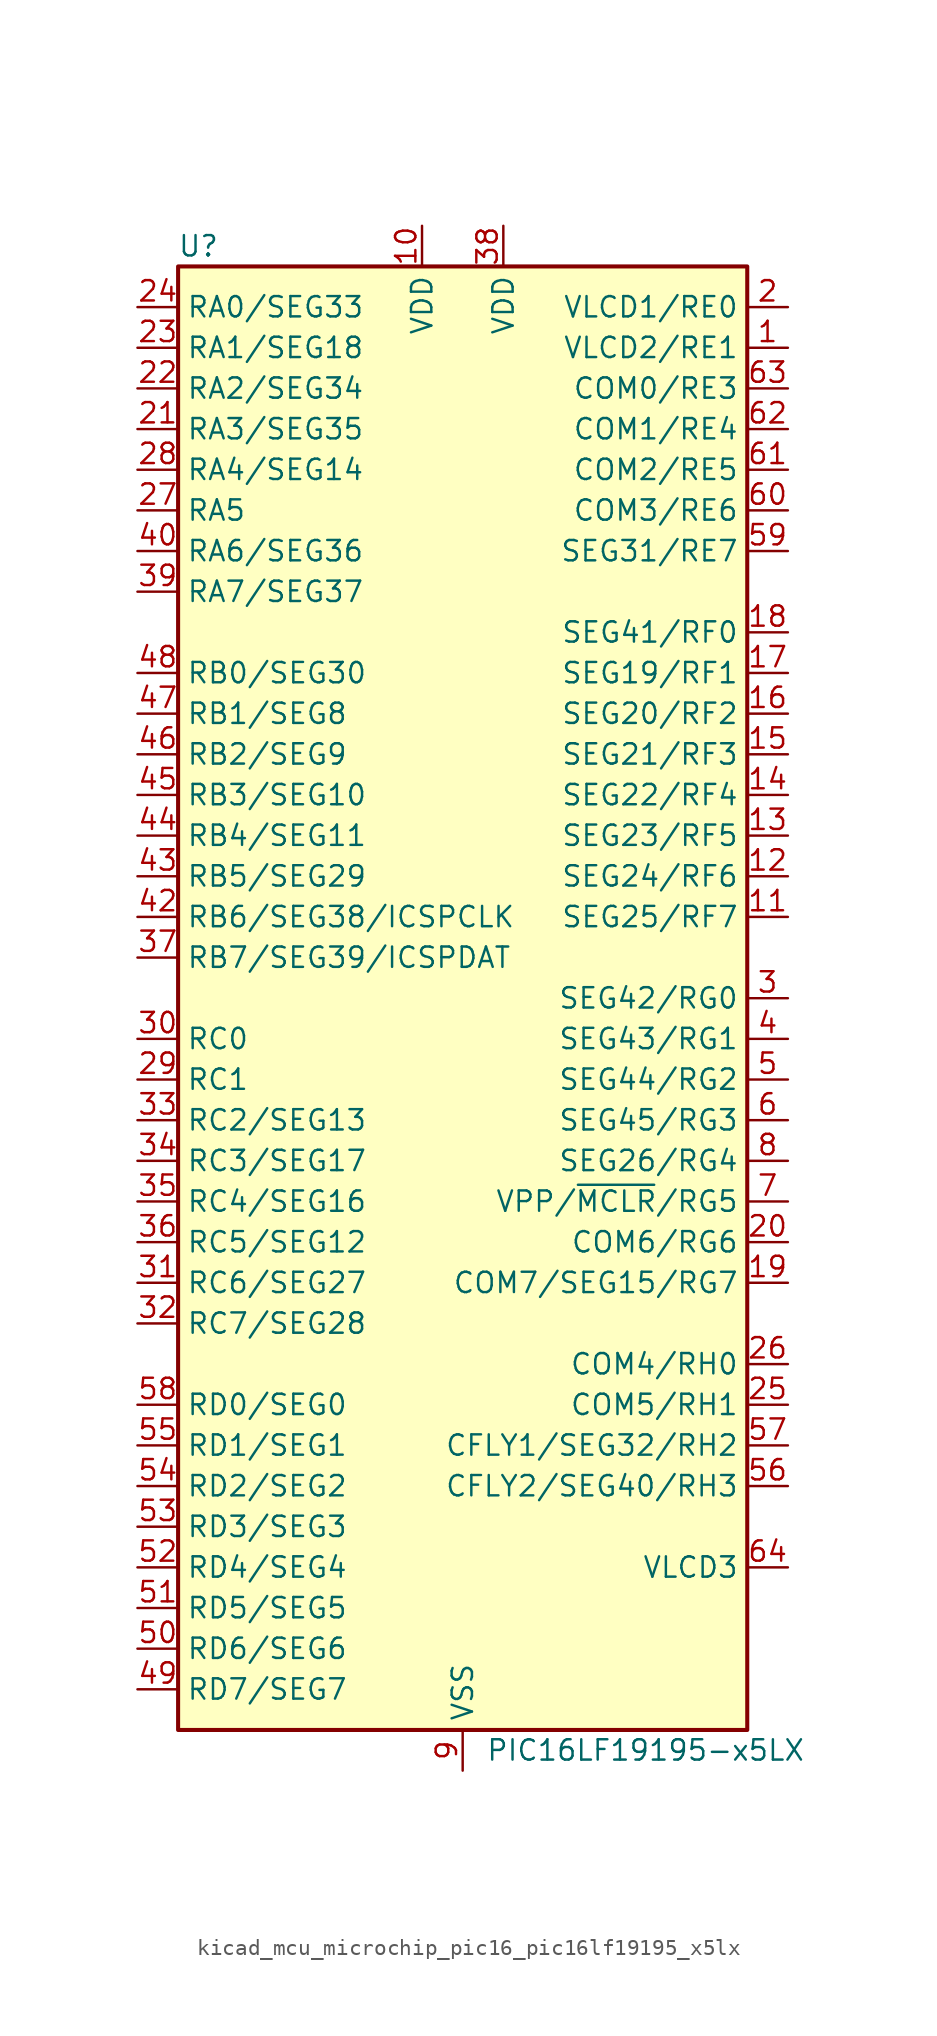
<source format=kicad_sym>
(kicad_symbol_lib
  (version 20220914)
  (generator kicad_symbol_editor)
  (symbol "kicad_mcu_microchip_pic16_pic16lf19195_x5lx"
    (property "Reference" "U"
      (at -16.51 46.99 0)
      (effects (font (size 1.27 1.27))))
    (property "Value" "PIC16LF19195-x5LX"
      (at 11.43 -46.99 0)
      (effects (font (size 1.27 1.27))))
    (symbol "kicad_mcu_microchip_pic16_pic16lf19195_x5lx_0_1"
      (rectangle (start -17.78 45.72) (end 17.78 -45.72) (stroke (width 0.254) (type default)) (fill (type background))))
    (symbol "kicad_mcu_microchip_pic16_pic16lf19195_x5lx_1_1"
      (pin bidirectional line (at 20.32 40.64 180) (length 2.54) (name "VLCD2/RE1" (effects (font (size 1.27 1.27)))) (number "1" (effects (font (size 1.27 1.27)))))
      (pin power_in line (at -2.54 48.26 270) (length 2.54) (name "VDD" (effects (font (size 1.27 1.27)))) (number "10" (effects (font (size 1.27 1.27)))))
      (pin bidirectional line (at 20.32 5.08 180) (length 2.54) (name "SEG25/RF7" (effects (font (size 1.27 1.27)))) (number "11" (effects (font (size 1.27 1.27)))))
      (pin bidirectional line (at 20.32 7.62 180) (length 2.54) (name "SEG24/RF6" (effects (font (size 1.27 1.27)))) (number "12" (effects (font (size 1.27 1.27)))))
      (pin bidirectional line (at 20.32 10.16 180) (length 2.54) (name "SEG23/RF5" (effects (font (size 1.27 1.27)))) (number "13" (effects (font (size 1.27 1.27)))))
      (pin bidirectional line (at 20.32 12.7 180) (length 2.54) (name "SEG22/RF4" (effects (font (size 1.27 1.27)))) (number "14" (effects (font (size 1.27 1.27)))))
      (pin bidirectional line (at 20.32 15.24 180) (length 2.54) (name "SEG21/RF3" (effects (font (size 1.27 1.27)))) (number "15" (effects (font (size 1.27 1.27)))))
      (pin bidirectional line (at 20.32 17.78 180) (length 2.54) (name "SEG20/RF2" (effects (font (size 1.27 1.27)))) (number "16" (effects (font (size 1.27 1.27)))))
      (pin bidirectional line (at 20.32 20.32 180) (length 2.54) (name "SEG19/RF1" (effects (font (size 1.27 1.27)))) (number "17" (effects (font (size 1.27 1.27)))))
      (pin bidirectional line (at 20.32 22.86 180) (length 2.54) (name "SEG41/RF0" (effects (font (size 1.27 1.27)))) (number "18" (effects (font (size 1.27 1.27)))))
      (pin bidirectional line (at 20.32 -17.78 180) (length 2.54) (name "COM7/SEG15/RG7" (effects (font (size 1.27 1.27)))) (number "19" (effects (font (size 1.27 1.27)))))
      (pin bidirectional line (at 20.32 43.18 180) (length 2.54) (name "VLCD1/RE0" (effects (font (size 1.27 1.27)))) (number "2" (effects (font (size 1.27 1.27)))))
      (pin bidirectional line (at 20.32 -15.24 180) (length 2.54) (name "COM6/RG6" (effects (font (size 1.27 1.27)))) (number "20" (effects (font (size 1.27 1.27)))))
      (pin bidirectional line (at -20.32 35.56 0) (length 2.54) (name "RA3/SEG35" (effects (font (size 1.27 1.27)))) (number "21" (effects (font (size 1.27 1.27)))))
      (pin bidirectional line (at -20.32 38.1 0) (length 2.54) (name "RA2/SEG34" (effects (font (size 1.27 1.27)))) (number "22" (effects (font (size 1.27 1.27)))))
      (pin bidirectional line (at -20.32 40.64 0) (length 2.54) (name "RA1/SEG18" (effects (font (size 1.27 1.27)))) (number "23" (effects (font (size 1.27 1.27)))))
      (pin bidirectional line (at -20.32 43.18 0) (length 2.54) (name "RA0/SEG33" (effects (font (size 1.27 1.27)))) (number "24" (effects (font (size 1.27 1.27)))))
      (pin bidirectional line (at 20.32 -25.4 180) (length 2.54) (name "COM5/RH1" (effects (font (size 1.27 1.27)))) (number "25" (effects (font (size 1.27 1.27)))))
      (pin bidirectional line (at 20.32 -22.86 180) (length 2.54) (name "COM4/RH0" (effects (font (size 1.27 1.27)))) (number "26" (effects (font (size 1.27 1.27)))))
      (pin bidirectional line (at -20.32 30.48 0) (length 2.54) (name "RA5" (effects (font (size 1.27 1.27)))) (number "27" (effects (font (size 1.27 1.27)))))
      (pin bidirectional line (at -20.32 33.02 0) (length 2.54) (name "RA4/SEG14" (effects (font (size 1.27 1.27)))) (number "28" (effects (font (size 1.27 1.27)))))
      (pin bidirectional line (at -20.32 -5.08 0) (length 2.54) (name "RC1" (effects (font (size 1.27 1.27)))) (number "29" (effects (font (size 1.27 1.27)))))
      (pin bidirectional line (at 20.32 0 180) (length 2.54) (name "SEG42/RG0" (effects (font (size 1.27 1.27)))) (number "3" (effects (font (size 1.27 1.27)))))
      (pin bidirectional line (at -20.32 -2.54 0) (length 2.54) (name "RC0" (effects (font (size 1.27 1.27)))) (number "30" (effects (font (size 1.27 1.27)))))
      (pin bidirectional line (at -20.32 -17.78 0) (length 2.54) (name "RC6/SEG27" (effects (font (size 1.27 1.27)))) (number "31" (effects (font (size 1.27 1.27)))))
      (pin bidirectional line (at -20.32 -20.32 0) (length 2.54) (name "RC7/SEG28" (effects (font (size 1.27 1.27)))) (number "32" (effects (font (size 1.27 1.27)))))
      (pin bidirectional line (at -20.32 -7.62 0) (length 2.54) (name "RC2/SEG13" (effects (font (size 1.27 1.27)))) (number "33" (effects (font (size 1.27 1.27)))))
      (pin bidirectional line (at -20.32 -10.16 0) (length 2.54) (name "RC3/SEG17" (effects (font (size 1.27 1.27)))) (number "34" (effects (font (size 1.27 1.27)))))
      (pin bidirectional line (at -20.32 -12.7 0) (length 2.54) (name "RC4/SEG16" (effects (font (size 1.27 1.27)))) (number "35" (effects (font (size 1.27 1.27)))))
      (pin bidirectional line (at -20.32 -15.24 0) (length 2.54) (name "RC5/SEG12" (effects (font (size 1.27 1.27)))) (number "36" (effects (font (size 1.27 1.27)))))
      (pin bidirectional line (at -20.32 2.54 0) (length 2.54) (name "RB7/SEG39/ICSPDAT" (effects (font (size 1.27 1.27)))) (number "37" (effects (font (size 1.27 1.27)))))
      (pin power_in line (at 2.54 48.26 270) (length 2.54) (name "VDD" (effects (font (size 1.27 1.27)))) (number "38" (effects (font (size 1.27 1.27)))))
      (pin bidirectional line (at -20.32 25.4 0) (length 2.54) (name "RA7/SEG37" (effects (font (size 1.27 1.27)))) (number "39" (effects (font (size 1.27 1.27)))))
      (pin bidirectional line (at 20.32 -2.54 180) (length 2.54) (name "SEG43/RG1" (effects (font (size 1.27 1.27)))) (number "4" (effects (font (size 1.27 1.27)))))
      (pin bidirectional line (at -20.32 27.94 0) (length 2.54) (name "RA6/SEG36" (effects (font (size 1.27 1.27)))) (number "40" (effects (font (size 1.27 1.27)))))
      (pin passive line (at 0 -48.26 90) (length 2.54) hide (name "VSS" (effects (font (size 1.27 1.27)))) (number "41" (effects (font (size 1.27 1.27)))))
      (pin bidirectional line (at -20.32 5.08 0) (length 2.54) (name "RB6/SEG38/ICSPCLK" (effects (font (size 1.27 1.27)))) (number "42" (effects (font (size 1.27 1.27)))))
      (pin bidirectional line (at -20.32 7.62 0) (length 2.54) (name "RB5/SEG29" (effects (font (size 1.27 1.27)))) (number "43" (effects (font (size 1.27 1.27)))))
      (pin bidirectional line (at -20.32 10.16 0) (length 2.54) (name "RB4/SEG11" (effects (font (size 1.27 1.27)))) (number "44" (effects (font (size 1.27 1.27)))))
      (pin bidirectional line (at -20.32 12.7 0) (length 2.54) (name "RB3/SEG10" (effects (font (size 1.27 1.27)))) (number "45" (effects (font (size 1.27 1.27)))))
      (pin bidirectional line (at -20.32 15.24 0) (length 2.54) (name "RB2/SEG9" (effects (font (size 1.27 1.27)))) (number "46" (effects (font (size 1.27 1.27)))))
      (pin bidirectional line (at -20.32 17.78 0) (length 2.54) (name "RB1/SEG8" (effects (font (size 1.27 1.27)))) (number "47" (effects (font (size 1.27 1.27)))))
      (pin bidirectional line (at -20.32 20.32 0) (length 2.54) (name "RB0/SEG30" (effects (font (size 1.27 1.27)))) (number "48" (effects (font (size 1.27 1.27)))))
      (pin bidirectional line (at -20.32 -43.18 0) (length 2.54) (name "RD7/SEG7" (effects (font (size 1.27 1.27)))) (number "49" (effects (font (size 1.27 1.27)))))
      (pin bidirectional line (at 20.32 -5.08 180) (length 2.54) (name "SEG44/RG2" (effects (font (size 1.27 1.27)))) (number "5" (effects (font (size 1.27 1.27)))))
      (pin bidirectional line (at -20.32 -40.64 0) (length 2.54) (name "RD6/SEG6" (effects (font (size 1.27 1.27)))) (number "50" (effects (font (size 1.27 1.27)))))
      (pin bidirectional line (at -20.32 -38.1 0) (length 2.54) (name "RD5/SEG5" (effects (font (size 1.27 1.27)))) (number "51" (effects (font (size 1.27 1.27)))))
      (pin bidirectional line (at -20.32 -35.56 0) (length 2.54) (name "RD4/SEG4" (effects (font (size 1.27 1.27)))) (number "52" (effects (font (size 1.27 1.27)))))
      (pin bidirectional line (at -20.32 -33.02 0) (length 2.54) (name "RD3/SEG3" (effects (font (size 1.27 1.27)))) (number "53" (effects (font (size 1.27 1.27)))))
      (pin bidirectional line (at -20.32 -30.48 0) (length 2.54) (name "RD2/SEG2" (effects (font (size 1.27 1.27)))) (number "54" (effects (font (size 1.27 1.27)))))
      (pin bidirectional line (at -20.32 -27.94 0) (length 2.54) (name "RD1/SEG1" (effects (font (size 1.27 1.27)))) (number "55" (effects (font (size 1.27 1.27)))))
      (pin bidirectional line (at 20.32 -30.48 180) (length 2.54) (name "CFLY2/SEG40/RH3" (effects (font (size 1.27 1.27)))) (number "56" (effects (font (size 1.27 1.27)))))
      (pin bidirectional line (at 20.32 -27.94 180) (length 2.54) (name "CFLY1/SEG32/RH2" (effects (font (size 1.27 1.27)))) (number "57" (effects (font (size 1.27 1.27)))))
      (pin bidirectional line (at -20.32 -25.4 0) (length 2.54) (name "RD0/SEG0" (effects (font (size 1.27 1.27)))) (number "58" (effects (font (size 1.27 1.27)))))
      (pin bidirectional line (at 20.32 27.94 180) (length 2.54) (name "SEG31/RE7" (effects (font (size 1.27 1.27)))) (number "59" (effects (font (size 1.27 1.27)))))
      (pin bidirectional line (at 20.32 -7.62 180) (length 2.54) (name "SEG45/RG3" (effects (font (size 1.27 1.27)))) (number "6" (effects (font (size 1.27 1.27)))))
      (pin bidirectional line (at 20.32 30.48 180) (length 2.54) (name "COM3/RE6" (effects (font (size 1.27 1.27)))) (number "60" (effects (font (size 1.27 1.27)))))
      (pin bidirectional line (at 20.32 33.02 180) (length 2.54) (name "COM2/RE5" (effects (font (size 1.27 1.27)))) (number "61" (effects (font (size 1.27 1.27)))))
      (pin bidirectional line (at 20.32 35.56 180) (length 2.54) (name "COM1/RE4" (effects (font (size 1.27 1.27)))) (number "62" (effects (font (size 1.27 1.27)))))
      (pin bidirectional line (at 20.32 38.1 180) (length 2.54) (name "COM0/RE3" (effects (font (size 1.27 1.27)))) (number "63" (effects (font (size 1.27 1.27)))))
      (pin input line (at 20.32 -35.56 180) (length 2.54) (name "VLCD3" (effects (font (size 1.27 1.27)))) (number "64" (effects (font (size 1.27 1.27)))))
      (pin passive line (at 0 -48.26 90) (length 2.54) hide (name "VSS" (effects (font (size 1.27 1.27)))) (number "65" (effects (font (size 1.27 1.27)))))
      (pin bidirectional line (at 20.32 -12.7 180) (length 2.54) (name "VPP/~{MCLR}/RG5" (effects (font (size 1.27 1.27)))) (number "7" (effects (font (size 1.27 1.27)))))
      (pin bidirectional line (at 20.32 -10.16 180) (length 2.54) (name "SEG26/RG4" (effects (font (size 1.27 1.27)))) (number "8" (effects (font (size 1.27 1.27)))))
      (pin power_in line (at 0 -48.26 90) (length 2.54) (name "VSS" (effects (font (size 1.27 1.27)))) (number "9" (effects (font (size 1.27 1.27))))))))
</source>
